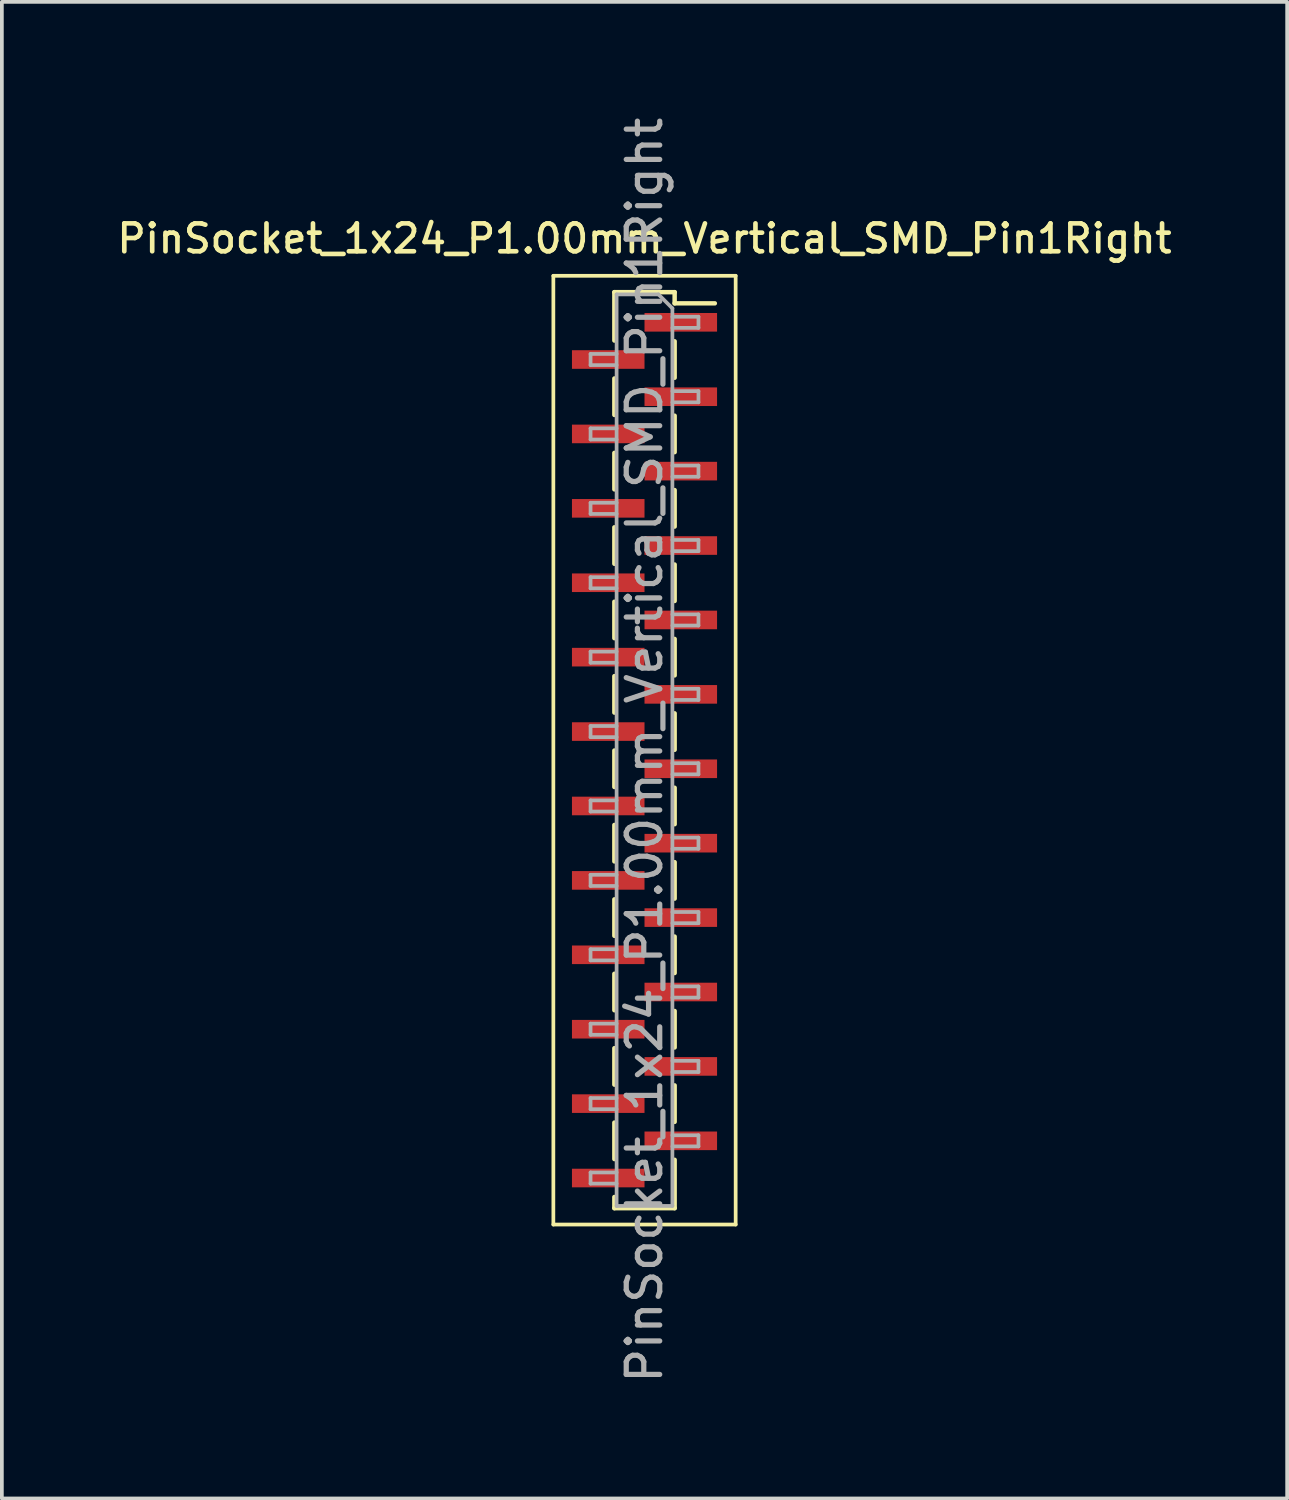
<source format=kicad_pcb>
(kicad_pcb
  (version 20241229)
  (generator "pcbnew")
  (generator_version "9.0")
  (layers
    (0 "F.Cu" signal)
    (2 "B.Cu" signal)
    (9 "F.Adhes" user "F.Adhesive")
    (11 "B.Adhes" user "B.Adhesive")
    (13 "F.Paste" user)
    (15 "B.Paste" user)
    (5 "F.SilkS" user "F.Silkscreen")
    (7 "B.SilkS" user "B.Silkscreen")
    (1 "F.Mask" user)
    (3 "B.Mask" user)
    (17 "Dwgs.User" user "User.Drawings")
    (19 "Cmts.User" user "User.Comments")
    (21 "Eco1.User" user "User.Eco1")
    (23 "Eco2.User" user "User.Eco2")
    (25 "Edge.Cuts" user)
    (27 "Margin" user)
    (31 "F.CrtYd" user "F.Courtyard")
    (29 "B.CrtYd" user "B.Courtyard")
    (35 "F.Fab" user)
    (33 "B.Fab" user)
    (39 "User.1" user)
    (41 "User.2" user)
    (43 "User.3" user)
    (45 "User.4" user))
  (footprint "PinSocket_1x24_P1.00mm_Vertical_SMD_Pin1Right"
    (layer "F.Cu")
    (at 14.273 17.113)
    (property "Reference" "PinSocket_1x24_P1.00mm_Vertical_SMD_Pin1Right" (at 0 -13.75 0) (layer "F.SilkS") (effects (font (size 0.75 0.75) (thickness 0.125))))
    (attr smd)
    (fp_line (start -2.45 -12.75) (end 2.45 -12.75) (stroke (width 0.1) (type solid)) (layer "F.SilkS"))
    (fp_line (start -2.45 12.75) (end -2.45 -12.75) (stroke (width 0.1) (type solid)) (layer "F.SilkS"))
    (fp_line (start -0.81 -12.31) (end -0.81 -11.01) (stroke (width 0.12) (type solid)) (layer "F.SilkS"))
    (fp_line (start -0.81 -12.31) (end 0.81 -12.31) (stroke (width 0.12) (type solid)) (layer "F.SilkS"))
    (fp_line (start -0.81 -9.99) (end -0.81 -9.01) (stroke (width 0.12) (type solid)) (layer "F.SilkS"))
    (fp_line (start -0.81 -7.99) (end -0.81 -7.01) (stroke (width 0.12) (type solid)) (layer "F.SilkS"))
    (fp_line (start -0.81 -5.99) (end -0.81 -5.01) (stroke (width 0.12) (type solid)) (layer "F.SilkS"))
    (fp_line (start -0.81 -3.99) (end -0.81 -3.01) (stroke (width 0.12) (type solid)) (layer "F.SilkS"))
    (fp_line (start -0.81 -1.99) (end -0.81 -1.01) (stroke (width 0.12) (type solid)) (layer "F.SilkS"))
    (fp_line (start -0.81 0.01) (end -0.81 0.99) (stroke (width 0.12) (type solid)) (layer "F.SilkS"))
    (fp_line (start -0.81 2.01) (end -0.81 2.99) (stroke (width 0.12) (type solid)) (layer "F.SilkS"))
    (fp_line (start -0.81 4.01) (end -0.81 4.99) (stroke (width 0.12) (type solid)) (layer "F.SilkS"))
    (fp_line (start -0.81 6.01) (end -0.81 6.99) (stroke (width 0.12) (type solid)) (layer "F.SilkS"))
    (fp_line (start -0.81 8.01) (end -0.81 8.99) (stroke (width 0.12) (type solid)) (layer "F.SilkS"))
    (fp_line (start -0.81 10.01) (end -0.81 10.99) (stroke (width 0.12) (type solid)) (layer "F.SilkS"))
    (fp_line (start -0.81 12.01) (end -0.81 12.31) (stroke (width 0.12) (type solid)) (layer "F.SilkS"))
    (fp_line (start -0.81 12.31) (end 0.81 12.31) (stroke (width 0.12) (type solid)) (layer "F.SilkS"))
    (fp_line (start 0.81 -12.31) (end 0.81 -12.01) (stroke (width 0.12) (type solid)) (layer "F.SilkS"))
    (fp_line (start 0.81 -12.01) (end 1.89 -12.01) (stroke (width 0.12) (type solid)) (layer "F.SilkS"))
    (fp_line (start 0.81 -10.99) (end 0.81 -10.01) (stroke (width 0.12) (type solid)) (layer "F.SilkS"))
    (fp_line (start 0.81 -8.99) (end 0.81 -8.01) (stroke (width 0.12) (type solid)) (layer "F.SilkS"))
    (fp_line (start 0.81 -6.99) (end 0.81 -6.01) (stroke (width 0.12) (type solid)) (layer "F.SilkS"))
    (fp_line (start 0.81 -4.99) (end 0.81 -4.01) (stroke (width 0.12) (type solid)) (layer "F.SilkS"))
    (fp_line (start 0.81 -2.99) (end 0.81 -2.01) (stroke (width 0.12) (type solid)) (layer "F.SilkS"))
    (fp_line (start 0.81 -0.99) (end 0.81 -0.01) (stroke (width 0.12) (type solid)) (layer "F.SilkS"))
    (fp_line (start 0.81 1.01) (end 0.81 1.99) (stroke (width 0.12) (type solid)) (layer "F.SilkS"))
    (fp_line (start 0.81 3.01) (end 0.81 3.99) (stroke (width 0.12) (type solid)) (layer "F.SilkS"))
    (fp_line (start 0.81 5.01) (end 0.81 5.99) (stroke (width 0.12) (type solid)) (layer "F.SilkS"))
    (fp_line (start 0.81 7.01) (end 0.81 7.99) (stroke (width 0.12) (type solid)) (layer "F.SilkS"))
    (fp_line (start 0.81 9.01) (end 0.81 9.99) (stroke (width 0.12) (type solid)) (layer "F.SilkS"))
    (fp_line (start 0.81 11.01) (end 0.81 12.31) (stroke (width 0.12) (type solid)) (layer "F.SilkS"))
    (fp_line (start 2.45 -12.75) (end 2.45 12.75) (stroke (width 0.1) (type solid)) (layer "F.SilkS"))
    (fp_line (start 2.45 12.75) (end -2.45 12.75) (stroke (width 0.1) (type solid)) (layer "F.SilkS"))
    (fp_line (start -1.45 -10.65) (end -0.75 -10.65) (stroke (width 0.1) (type solid)) (layer "F.Fab"))
    (fp_line (start -1.45 -10.35) (end -1.45 -10.65) (stroke (width 0.1) (type solid)) (layer "F.Fab"))
    (fp_line (start -1.45 -8.65) (end -0.75 -8.65) (stroke (width 0.1) (type solid)) (layer "F.Fab"))
    (fp_line (start -1.45 -8.35) (end -1.45 -8.65) (stroke (width 0.1) (type solid)) (layer "F.Fab"))
    (fp_line (start -1.45 -6.65) (end -0.75 -6.65) (stroke (width 0.1) (type solid)) (layer "F.Fab"))
    (fp_line (start -1.45 -6.35) (end -1.45 -6.65) (stroke (width 0.1) (type solid)) (layer "F.Fab"))
    (fp_line (start -1.45 -4.65) (end -0.75 -4.65) (stroke (width 0.1) (type solid)) (layer "F.Fab"))
    (fp_line (start -1.45 -4.35) (end -1.45 -4.65) (stroke (width 0.1) (type solid)) (layer "F.Fab"))
    (fp_line (start -1.45 -2.65) (end -0.75 -2.65) (stroke (width 0.1) (type solid)) (layer "F.Fab"))
    (fp_line (start -1.45 -2.35) (end -1.45 -2.65) (stroke (width 0.1) (type solid)) (layer "F.Fab"))
    (fp_line (start -1.45 -0.65) (end -0.75 -0.65) (stroke (width 0.1) (type solid)) (layer "F.Fab"))
    (fp_line (start -1.45 -0.35) (end -1.45 -0.65) (stroke (width 0.1) (type solid)) (layer "F.Fab"))
    (fp_line (start -1.45 1.35) (end -0.75 1.35) (stroke (width 0.1) (type solid)) (layer "F.Fab"))
    (fp_line (start -1.45 1.65) (end -1.45 1.35) (stroke (width 0.1) (type solid)) (layer "F.Fab"))
    (fp_line (start -1.45 3.35) (end -0.75 3.35) (stroke (width 0.1) (type solid)) (layer "F.Fab"))
    (fp_line (start -1.45 3.65) (end -1.45 3.35) (stroke (width 0.1) (type solid)) (layer "F.Fab"))
    (fp_line (start -1.45 5.35) (end -0.75 5.35) (stroke (width 0.1) (type solid)) (layer "F.Fab"))
    (fp_line (start -1.45 5.65) (end -1.45 5.35) (stroke (width 0.1) (type solid)) (layer "F.Fab"))
    (fp_line (start -1.45 7.35) (end -0.75 7.35) (stroke (width 0.1) (type solid)) (layer "F.Fab"))
    (fp_line (start -1.45 7.65) (end -1.45 7.35) (stroke (width 0.1) (type solid)) (layer "F.Fab"))
    (fp_line (start -1.45 9.35) (end -0.75 9.35) (stroke (width 0.1) (type solid)) (layer "F.Fab"))
    (fp_line (start -1.45 9.65) (end -1.45 9.35) (stroke (width 0.1) (type solid)) (layer "F.Fab"))
    (fp_line (start -1.45 11.35) (end -0.75 11.35) (stroke (width 0.1) (type solid)) (layer "F.Fab"))
    (fp_line (start -1.45 11.65) (end -1.45 11.35) (stroke (width 0.1) (type solid)) (layer "F.Fab"))
    (fp_line (start -0.75 -12.25) (end 0.375 -12.25) (stroke (width 0.1) (type solid)) (layer "F.Fab"))
    (fp_line (start -0.75 -10.35) (end -1.45 -10.35) (stroke (width 0.1) (type solid)) (layer "F.Fab"))
    (fp_line (start -0.75 -8.35) (end -1.45 -8.35) (stroke (width 0.1) (type solid)) (layer "F.Fab"))
    (fp_line (start -0.75 -6.35) (end -1.45 -6.35) (stroke (width 0.1) (type solid)) (layer "F.Fab"))
    (fp_line (start -0.75 -4.35) (end -1.45 -4.35) (stroke (width 0.1) (type solid)) (layer "F.Fab"))
    (fp_line (start -0.75 -2.35) (end -1.45 -2.35) (stroke (width 0.1) (type solid)) (layer "F.Fab"))
    (fp_line (start -0.75 -0.35) (end -1.45 -0.35) (stroke (width 0.1) (type solid)) (layer "F.Fab"))
    (fp_line (start -0.75 1.65) (end -1.45 1.65) (stroke (width 0.1) (type solid)) (layer "F.Fab"))
    (fp_line (start -0.75 3.65) (end -1.45 3.65) (stroke (width 0.1) (type solid)) (layer "F.Fab"))
    (fp_line (start -0.75 5.65) (end -1.45 5.65) (stroke (width 0.1) (type solid)) (layer "F.Fab"))
    (fp_line (start -0.75 7.65) (end -1.45 7.65) (stroke (width 0.1) (type solid)) (layer "F.Fab"))
    (fp_line (start -0.75 9.65) (end -1.45 9.65) (stroke (width 0.1) (type solid)) (layer "F.Fab"))
    (fp_line (start -0.75 11.65) (end -1.45 11.65) (stroke (width 0.1) (type solid)) (layer "F.Fab"))
    (fp_line (start -0.75 12.25) (end -0.75 -12.25) (stroke (width 0.1) (type solid)) (layer "F.Fab"))
    (fp_line (start 0.375 -12.25) (end 0.75 -11.875) (stroke (width 0.1) (type solid)) (layer "F.Fab"))
    (fp_line (start 0.75 -11.875) (end 0.75 12.25) (stroke (width 0.1) (type solid)) (layer "F.Fab"))
    (fp_line (start 0.75 -11.65) (end 1.45 -11.65) (stroke (width 0.1) (type solid)) (layer "F.Fab"))
    (fp_line (start 0.75 -9.65) (end 1.45 -9.65) (stroke (width 0.1) (type solid)) (layer "F.Fab"))
    (fp_line (start 0.75 -7.65) (end 1.45 -7.65) (stroke (width 0.1) (type solid)) (layer "F.Fab"))
    (fp_line (start 0.75 -5.65) (end 1.45 -5.65) (stroke (width 0.1) (type solid)) (layer "F.Fab"))
    (fp_line (start 0.75 -3.65) (end 1.45 -3.65) (stroke (width 0.1) (type solid)) (layer "F.Fab"))
    (fp_line (start 0.75 -1.65) (end 1.45 -1.65) (stroke (width 0.1) (type solid)) (layer "F.Fab"))
    (fp_line (start 0.75 0.35) (end 1.45 0.35) (stroke (width 0.1) (type solid)) (layer "F.Fab"))
    (fp_line (start 0.75 2.35) (end 1.45 2.35) (stroke (width 0.1) (type solid)) (layer "F.Fab"))
    (fp_line (start 0.75 4.35) (end 1.45 4.35) (stroke (width 0.1) (type solid)) (layer "F.Fab"))
    (fp_line (start 0.75 6.35) (end 1.45 6.35) (stroke (width 0.1) (type solid)) (layer "F.Fab"))
    (fp_line (start 0.75 8.35) (end 1.45 8.35) (stroke (width 0.1) (type solid)) (layer "F.Fab"))
    (fp_line (start 0.75 10.35) (end 1.45 10.35) (stroke (width 0.1) (type solid)) (layer "F.Fab"))
    (fp_line (start 0.75 12.25) (end -0.75 12.25) (stroke (width 0.1) (type solid)) (layer "F.Fab"))
    (fp_line (start 1.45 -11.65) (end 1.45 -11.35) (stroke (width 0.1) (type solid)) (layer "F.Fab"))
    (fp_line (start 1.45 -11.35) (end 0.75 -11.35) (stroke (width 0.1) (type solid)) (layer "F.Fab"))
    (fp_line (start 1.45 -9.65) (end 1.45 -9.35) (stroke (width 0.1) (type solid)) (layer "F.Fab"))
    (fp_line (start 1.45 -9.35) (end 0.75 -9.35) (stroke (width 0.1) (type solid)) (layer "F.Fab"))
    (fp_line (start 1.45 -7.65) (end 1.45 -7.35) (stroke (width 0.1) (type solid)) (layer "F.Fab"))
    (fp_line (start 1.45 -7.35) (end 0.75 -7.35) (stroke (width 0.1) (type solid)) (layer "F.Fab"))
    (fp_line (start 1.45 -5.65) (end 1.45 -5.35) (stroke (width 0.1) (type solid)) (layer "F.Fab"))
    (fp_line (start 1.45 -5.35) (end 0.75 -5.35) (stroke (width 0.1) (type solid)) (layer "F.Fab"))
    (fp_line (start 1.45 -3.65) (end 1.45 -3.35) (stroke (width 0.1) (type solid)) (layer "F.Fab"))
    (fp_line (start 1.45 -3.35) (end 0.75 -3.35) (stroke (width 0.1) (type solid)) (layer "F.Fab"))
    (fp_line (start 1.45 -1.65) (end 1.45 -1.35) (stroke (width 0.1) (type solid)) (layer "F.Fab"))
    (fp_line (start 1.45 -1.35) (end 0.75 -1.35) (stroke (width 0.1) (type solid)) (layer "F.Fab"))
    (fp_line (start 1.45 0.35) (end 1.45 0.65) (stroke (width 0.1) (type solid)) (layer "F.Fab"))
    (fp_line (start 1.45 0.65) (end 0.75 0.65) (stroke (width 0.1) (type solid)) (layer "F.Fab"))
    (fp_line (start 1.45 2.35) (end 1.45 2.65) (stroke (width 0.1) (type solid)) (layer "F.Fab"))
    (fp_line (start 1.45 2.65) (end 0.75 2.65) (stroke (width 0.1) (type solid)) (layer "F.Fab"))
    (fp_line (start 1.45 4.35) (end 1.45 4.65) (stroke (width 0.1) (type solid)) (layer "F.Fab"))
    (fp_line (start 1.45 4.65) (end 0.75 4.65) (stroke (width 0.1) (type solid)) (layer "F.Fab"))
    (fp_line (start 1.45 6.35) (end 1.45 6.65) (stroke (width 0.1) (type solid)) (layer "F.Fab"))
    (fp_line (start 1.45 6.65) (end 0.75 6.65) (stroke (width 0.1) (type solid)) (layer "F.Fab"))
    (fp_line (start 1.45 8.35) (end 1.45 8.65) (stroke (width 0.1) (type solid)) (layer "F.Fab"))
    (fp_line (start 1.45 8.65) (end 0.75 8.65) (stroke (width 0.1) (type solid)) (layer "F.Fab"))
    (fp_line (start 1.45 10.35) (end 1.45 10.65) (stroke (width 0.1) (type solid)) (layer "F.Fab"))
    (fp_line (start 1.45 10.65) (end 0.75 10.65) (stroke (width 0.1) (type solid)) (layer "F.Fab"))
    (fp_text user "${REFERENCE}" (at 0 0 90) (layer "F.Fab") (effects (font (size 0.9 0.9) (thickness 0.14))))
    (pad "1" smd rect (at 0.975 -11.5) (size 1.95 0.5) (layers "F.Cu" "F.Mask" "F.Paste"))
    (pad "2" smd rect (at -0.975 -10.5) (size 1.95 0.5) (layers "F.Cu" "F.Mask" "F.Paste"))
    (pad "3" smd rect (at 0.975 -9.5) (size 1.95 0.5) (layers "F.Cu" "F.Mask" "F.Paste"))
    (pad "4" smd rect (at -0.975 -8.5) (size 1.95 0.5) (layers "F.Cu" "F.Mask" "F.Paste"))
    (pad "5" smd rect (at 0.975 -7.5) (size 1.95 0.5) (layers "F.Cu" "F.Mask" "F.Paste"))
    (pad "6" smd rect (at -0.975 -6.5) (size 1.95 0.5) (layers "F.Cu" "F.Mask" "F.Paste"))
    (pad "7" smd rect (at 0.975 -5.5) (size 1.95 0.5) (layers "F.Cu" "F.Mask" "F.Paste"))
    (pad "8" smd rect (at -0.975 -4.5) (size 1.95 0.5) (layers "F.Cu" "F.Mask" "F.Paste"))
    (pad "9" smd rect (at 0.975 -3.5) (size 1.95 0.5) (layers "F.Cu" "F.Mask" "F.Paste"))
    (pad "10" smd rect (at -0.975 -2.5) (size 1.95 0.5) (layers "F.Cu" "F.Mask" "F.Paste"))
    (pad "11" smd rect (at 0.975 -1.5) (size 1.95 0.5) (layers "F.Cu" "F.Mask" "F.Paste"))
    (pad "12" smd rect (at -0.975 -0.5) (size 1.95 0.5) (layers "F.Cu" "F.Mask" "F.Paste"))
    (pad "13" smd rect (at 0.975 0.5) (size 1.95 0.5) (layers "F.Cu" "F.Mask" "F.Paste"))
    (pad "14" smd rect (at -0.975 1.5) (size 1.95 0.5) (layers "F.Cu" "F.Mask" "F.Paste"))
    (pad "15" smd rect (at 0.975 2.5) (size 1.95 0.5) (layers "F.Cu" "F.Mask" "F.Paste"))
    (pad "16" smd rect (at -0.975 3.5) (size 1.95 0.5) (layers "F.Cu" "F.Mask" "F.Paste"))
    (pad "17" smd rect (at 0.975 4.5) (size 1.95 0.5) (layers "F.Cu" "F.Mask" "F.Paste"))
    (pad "18" smd rect (at -0.975 5.5) (size 1.95 0.5) (layers "F.Cu" "F.Mask" "F.Paste"))
    (pad "19" smd rect (at 0.975 6.5) (size 1.95 0.5) (layers "F.Cu" "F.Mask" "F.Paste"))
    (pad "20" smd rect (at -0.975 7.5) (size 1.95 0.5) (layers "F.Cu" "F.Mask" "F.Paste"))
    (pad "21" smd rect (at 0.975 8.5) (size 1.95 0.5) (layers "F.Cu" "F.Mask" "F.Paste"))
    (pad "22" smd rect (at -0.975 9.5) (size 1.95 0.5) (layers "F.Cu" "F.Mask" "F.Paste"))
    (pad "23" smd rect (at 0.975 10.5) (size 1.95 0.5) (layers "F.Cu" "F.Mask" "F.Paste"))
    (pad "24" smd rect (at -0.975 11.5) (size 1.95 0.5) (layers "F.Cu" "F.Mask" "F.Paste")))
  (gr_rect
    (start -3 -3)
    (end 31.546 37.226)
    (stroke (width 0.1) (type default))
    (fill no)
    (layer "Edge.Cuts")))
</source>
